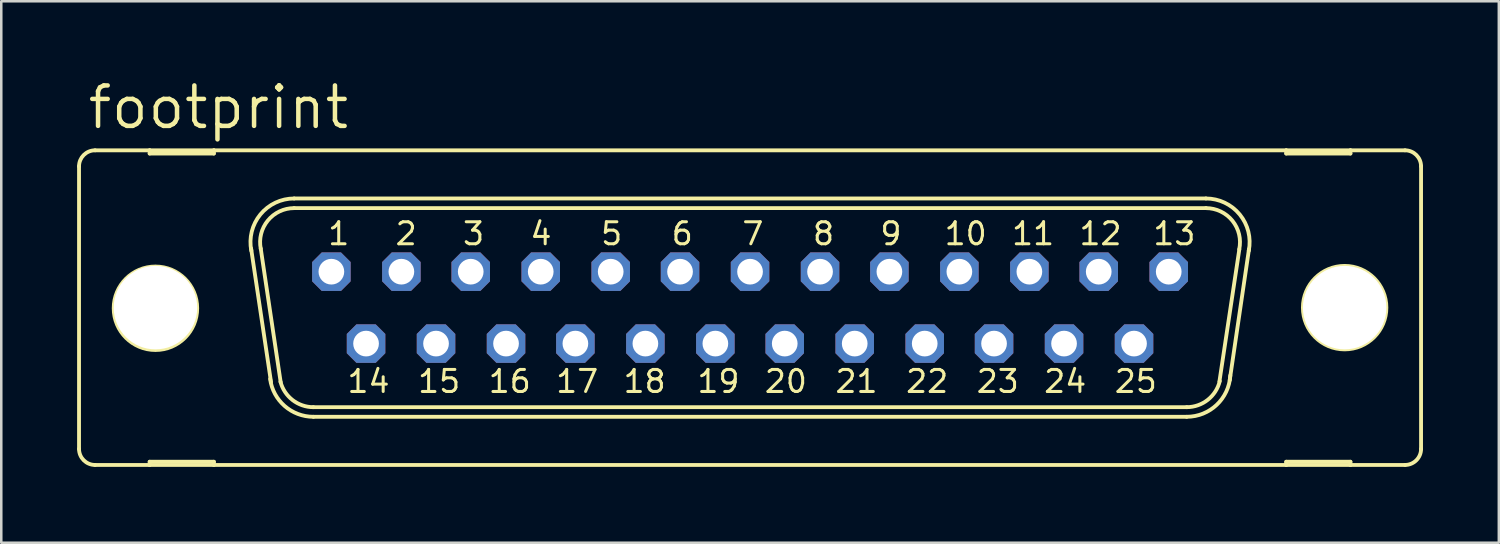
<source format=kicad_pcb>
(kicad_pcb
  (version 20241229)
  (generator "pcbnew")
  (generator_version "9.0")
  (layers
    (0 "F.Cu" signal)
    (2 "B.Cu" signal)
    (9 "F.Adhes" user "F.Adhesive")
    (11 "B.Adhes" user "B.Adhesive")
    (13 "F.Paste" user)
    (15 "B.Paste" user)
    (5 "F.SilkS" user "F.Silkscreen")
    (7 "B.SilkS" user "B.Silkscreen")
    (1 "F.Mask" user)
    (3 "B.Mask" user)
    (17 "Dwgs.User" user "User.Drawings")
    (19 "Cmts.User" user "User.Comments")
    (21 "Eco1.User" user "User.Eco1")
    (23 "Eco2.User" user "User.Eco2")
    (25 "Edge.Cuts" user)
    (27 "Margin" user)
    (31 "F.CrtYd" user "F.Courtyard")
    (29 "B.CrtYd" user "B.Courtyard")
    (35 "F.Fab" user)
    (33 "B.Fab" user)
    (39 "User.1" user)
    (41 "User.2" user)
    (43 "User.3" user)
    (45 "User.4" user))
  (footprint "footprint"
    (layer "F.Cu")
    (at 26.619 9.119)
    (property "Reference" "footprint" (at -26.289 -6.985 0) (layer "F.SilkS") (effects (font (size 1.6 1.6) (thickness 0.178)) (justify left bottom)))
    (fp_line (start -26.543 -5.588) (end -26.543 5.588) (stroke (width 0.152) (type solid)) (layer "F.SilkS"))
    (fp_line (start -25.908 6.223) (end -23.749 6.223) (stroke (width 0.152) (type solid)) (layer "F.SilkS"))
    (fp_line (start -23.749 -6.223) (end -25.908 -6.223) (stroke (width 0.152) (type solid)) (layer "F.SilkS"))
    (fp_line (start -23.749 -6.223) (end -23.749 -6.096) (stroke (width 0.152) (type solid)) (layer "F.SilkS"))
    (fp_line (start -23.749 -6.096) (end -21.209 -6.096) (stroke (width 0.152) (type solid)) (layer "F.SilkS"))
    (fp_line (start -23.749 6.096) (end -21.209 6.096) (stroke (width 0.152) (type solid)) (layer "F.SilkS"))
    (fp_line (start -23.749 6.223) (end -23.749 6.096) (stroke (width 0.152) (type solid)) (layer "F.SilkS"))
    (fp_line (start -23.749 6.223) (end -21.209 6.223) (stroke (width 0.152) (type solid)) (layer "F.SilkS"))
    (fp_line (start -21.209 -6.223) (end -23.749 -6.223) (stroke (width 0.152) (type solid)) (layer "F.SilkS"))
    (fp_line (start -21.209 -6.096) (end -21.209 -6.223) (stroke (width 0.152) (type solid)) (layer "F.SilkS"))
    (fp_line (start -21.209 6.096) (end -21.209 6.223) (stroke (width 0.152) (type solid)) (layer "F.SilkS"))
    (fp_line (start -21.209 6.223) (end 21.209 6.223) (stroke (width 0.152) (type solid)) (layer "F.SilkS"))
    (fp_line (start -18.948 2.946) (end -19.736 -2.337) (stroke (width 0.152) (type solid)) (layer "F.SilkS"))
    (fp_line (start -18.567 2.946) (end -19.355 -2.337) (stroke (width 0.152) (type solid)) (layer "F.SilkS"))
    (fp_line (start -18.034 -4.318) (end 18.034 -4.318) (stroke (width 0.152) (type solid)) (layer "F.SilkS"))
    (fp_line (start -18.034 -3.937) (end 18.034 -3.937) (stroke (width 0.152) (type solid)) (layer "F.SilkS"))
    (fp_line (start -17.272 3.937) (end 17.272 3.937) (stroke (width 0.152) (type solid)) (layer "F.SilkS"))
    (fp_line (start -17.272 4.318) (end 17.272 4.318) (stroke (width 0.152) (type solid)) (layer "F.SilkS"))
    (fp_line (start 19.355 -2.311) (end 18.567 2.921) (stroke (width 0.152) (type solid)) (layer "F.SilkS"))
    (fp_line (start 19.736 -2.311) (end 18.974 2.87) (stroke (width 0.152) (type solid)) (layer "F.SilkS"))
    (fp_line (start 21.209 -6.223) (end -21.209 -6.223) (stroke (width 0.152) (type solid)) (layer "F.SilkS"))
    (fp_line (start 21.209 -6.223) (end 21.209 -6.096) (stroke (width 0.152) (type solid)) (layer "F.SilkS"))
    (fp_line (start 21.209 -6.096) (end 23.749 -6.096) (stroke (width 0.152) (type solid)) (layer "F.SilkS"))
    (fp_line (start 21.209 6.096) (end 23.749 6.096) (stroke (width 0.152) (type solid)) (layer "F.SilkS"))
    (fp_line (start 21.209 6.223) (end 21.209 6.096) (stroke (width 0.152) (type solid)) (layer "F.SilkS"))
    (fp_line (start 21.209 6.223) (end 23.749 6.223) (stroke (width 0.152) (type solid)) (layer "F.SilkS"))
    (fp_line (start 23.749 -6.223) (end 21.209 -6.223) (stroke (width 0.152) (type solid)) (layer "F.SilkS"))
    (fp_line (start 23.749 -6.096) (end 23.749 -6.223) (stroke (width 0.152) (type solid)) (layer "F.SilkS"))
    (fp_line (start 23.749 6.096) (end 23.749 6.223) (stroke (width 0.152) (type solid)) (layer "F.SilkS"))
    (fp_line (start 23.749 6.223) (end 25.908 6.223) (stroke (width 0.152) (type solid)) (layer "F.SilkS"))
    (fp_line (start 25.908 -6.223) (end 23.749 -6.223) (stroke (width 0.152) (type solid)) (layer "F.SilkS"))
    (fp_line (start 26.543 -5.588) (end 26.543 5.588) (stroke (width 0.152) (type solid)) (layer "F.SilkS"))
    (fp_arc (start -26.543 -5.588) (mid -26.357013 -6.037013) (end -25.908 -6.223) (stroke (width 0.1524) (type solid)) (layer "F.SilkS"))
    (fp_arc (start -25.908 6.223) (mid -26.357013 6.037013) (end -26.543 5.588) (stroke (width 0.1524) (type solid)) (layer "F.SilkS"))
    (fp_arc (start -19.7277 -2.2521) (mid -19.369716 -3.685842) (end -18.033998 -4.318) (stroke (width 0.1524) (type solid)) (layer "F.SilkS"))
    (fp_arc (start -19.3541 -2.3268) (mid -19.075082 -3.444284) (end -18.034 -3.937) (stroke (width 0.1524) (type solid)) (layer "F.SilkS"))
    (fp_arc (start -17.272 3.937) (mid -18.0955 3.655745) (end -18.5749 2.9295) (stroke (width 0.1524) (type solid)) (layer "F.SilkS"))
    (fp_arc (start -17.271999 4.318001) (mid -18.409711 3.890313) (end -18.984 2.8191) (stroke (width 0.1524) (type solid)) (layer "F.SilkS"))
    (fp_arc (start 18.034 -4.318) (mid 19.369813 -3.685866) (end 19.727999 -2.252098) (stroke (width 0.1524) (type solid)) (layer "F.SilkS"))
    (fp_arc (start 18.034 -3.937) (mid 19.082557 -3.435183) (end 19.349499 -2.303798) (stroke (width 0.1524) (type solid)) (layer "F.SilkS"))
    (fp_arc (start 18.580701 2.904999) (mid 18.105257 3.647874) (end 17.272 3.937) (stroke (width 0.1524) (type solid)) (layer "F.SilkS"))
    (fp_arc (start 18.9963 2.6849) (mid 18.459366 3.844828) (end 17.272 4.318) (stroke (width 0.1524) (type solid)) (layer "F.SilkS"))
    (fp_arc (start 25.908 -6.223) (mid 26.357013 -6.037013) (end 26.543 -5.588) (stroke (width 0.1524) (type solid)) (layer "F.SilkS"))
    (fp_arc (start 26.543 5.588) (mid 26.357013 6.037013) (end 25.908 6.223) (stroke (width 0.1524) (type solid)) (layer "F.SilkS"))
    (fp_circle (center -23.52 0.025) (end -21.869 0.025) (stroke (width 0.152) (type solid)) (fill no) (layer "F.SilkS"))
    (fp_circle (center 23.52 0) (end 25.171 0) (stroke (width 0.152) (type solid)) (fill no) (layer "F.SilkS"))
    (fp_circle (center -16.561 -1.422) (end -16.307 -1.422) (stroke (width 0.406) (type solid)) (fill no) (layer "F.Fab"))
    (fp_circle (center -15.189 1.422) (end -14.935 1.422) (stroke (width 0.406) (type solid)) (fill no) (layer "F.Fab"))
    (fp_circle (center -13.792 -1.422) (end -13.538 -1.422) (stroke (width 0.406) (type solid)) (fill no) (layer "F.Fab"))
    (fp_circle (center -12.421 1.422) (end -12.167 1.422) (stroke (width 0.406) (type solid)) (fill no) (layer "F.Fab"))
    (fp_circle (center -11.049 -1.422) (end -10.795 -1.422) (stroke (width 0.406) (type solid)) (fill no) (layer "F.Fab"))
    (fp_circle (center -9.652 1.422) (end -9.398 1.422) (stroke (width 0.406) (type solid)) (fill no) (layer "F.Fab"))
    (fp_circle (center -8.28 -1.422) (end -8.026 -1.422) (stroke (width 0.406) (type solid)) (fill no) (layer "F.Fab"))
    (fp_circle (center -6.909 1.422) (end -6.655 1.422) (stroke (width 0.406) (type solid)) (fill no) (layer "F.Fab"))
    (fp_circle (center -5.512 -1.422) (end -5.258 -1.422) (stroke (width 0.406) (type solid)) (fill no) (layer "F.Fab"))
    (fp_circle (center -4.14 1.422) (end -3.886 1.422) (stroke (width 0.406) (type solid)) (fill no) (layer "F.Fab"))
    (fp_circle (center -2.769 -1.422) (end -2.515 -1.422) (stroke (width 0.406) (type solid)) (fill no) (layer "F.Fab"))
    (fp_circle (center -1.372 1.422) (end -1.118 1.422) (stroke (width 0.406) (type solid)) (fill no) (layer "F.Fab"))
    (fp_circle (center 0 -1.422) (end 0.254 -1.422) (stroke (width 0.406) (type solid)) (fill no) (layer "F.Fab"))
    (fp_circle (center 1.372 1.422) (end 1.626 1.422) (stroke (width 0.406) (type solid)) (fill no) (layer "F.Fab"))
    (fp_circle (center 2.769 -1.422) (end 3.023 -1.422) (stroke (width 0.406) (type solid)) (fill no) (layer "F.Fab"))
    (fp_circle (center 4.14 1.422) (end 4.394 1.422) (stroke (width 0.406) (type solid)) (fill no) (layer "F.Fab"))
    (fp_circle (center 5.512 -1.422) (end 5.766 -1.422) (stroke (width 0.406) (type solid)) (fill no) (layer "F.Fab"))
    (fp_circle (center 6.909 1.422) (end 7.163 1.422) (stroke (width 0.406) (type solid)) (fill no) (layer "F.Fab"))
    (fp_circle (center 8.28 -1.422) (end 8.534 -1.422) (stroke (width 0.406) (type solid)) (fill no) (layer "F.Fab"))
    (fp_circle (center 9.652 1.422) (end 9.906 1.422) (stroke (width 0.406) (type solid)) (fill no) (layer "F.Fab"))
    (fp_circle (center 11.049 -1.422) (end 11.303 -1.422) (stroke (width 0.406) (type solid)) (fill no) (layer "F.Fab"))
    (fp_circle (center 12.421 1.422) (end 12.675 1.422) (stroke (width 0.406) (type solid)) (fill no) (layer "F.Fab"))
    (fp_circle (center 13.792 -1.422) (end 14.046 -1.422) (stroke (width 0.406) (type solid)) (fill no) (layer "F.Fab"))
    (fp_circle (center 15.189 1.422) (end 15.443 1.422) (stroke (width 0.406) (type solid)) (fill no) (layer "F.Fab"))
    (fp_circle (center 16.561 -1.422) (end 16.815 -1.422) (stroke (width 0.406) (type solid)) (fill no) (layer "F.Fab"))
    (fp_text user "8" (at 2.413 -2.413 0) (layer "F.SilkS") (effects (font (size 0.872 0.872) (thickness 0.119)) (justify left bottom)))
    (fp_text user "24" (at 11.557 3.429 0) (layer "F.SilkS") (effects (font (size 0.872 0.872) (thickness 0.119)) (justify left bottom)))
    (fp_text user "19" (at -2.159 3.429 0) (layer "F.SilkS") (effects (font (size 0.872 0.872) (thickness 0.119)) (justify left bottom)))
    (fp_text user "17" (at -7.747 3.429 0) (layer "F.SilkS") (effects (font (size 0.872 0.872) (thickness 0.119)) (justify left bottom)))
    (fp_text user "1" (at -16.764 -2.413 0) (layer "F.SilkS") (effects (font (size 0.872 0.872) (thickness 0.119)) (justify left bottom)))
    (fp_text user "13" (at 15.875 -2.413 0) (layer "F.SilkS") (effects (font (size 0.872 0.872) (thickness 0.119)) (justify left bottom)))
    (fp_text user "7" (at -0.381 -2.413 0) (layer "F.SilkS") (effects (font (size 0.872 0.872) (thickness 0.119)) (justify left bottom)))
    (fp_text user "4" (at -8.763 -2.413 0) (layer "F.SilkS") (effects (font (size 0.872 0.872) (thickness 0.119)) (justify left bottom)))
    (fp_text user "2" (at -14.097 -2.413 0) (layer "F.SilkS") (effects (font (size 0.872 0.872) (thickness 0.119)) (justify left bottom)))
    (fp_text user "21" (at 3.302 3.429 0) (layer "F.SilkS") (effects (font (size 0.872 0.872) (thickness 0.119)) (justify left bottom)))
    (fp_text user "25" (at 14.351 3.429 0) (layer "F.SilkS") (effects (font (size 0.872 0.872) (thickness 0.119)) (justify left bottom)))
    (fp_text user "12" (at 12.954 -2.413 0) (layer "F.SilkS") (effects (font (size 0.872 0.872) (thickness 0.119)) (justify left bottom)))
    (fp_text user "10" (at 7.62 -2.413 0) (layer "F.SilkS") (effects (font (size 0.872 0.872) (thickness 0.119)) (justify left bottom)))
    (fp_text user "14" (at -16.002 3.429 0) (layer "F.SilkS") (effects (font (size 0.872 0.872) (thickness 0.119)) (justify left bottom)))
    (fp_text user "15" (at -13.208 3.429 0) (layer "F.SilkS") (effects (font (size 0.872 0.872) (thickness 0.119)) (justify left bottom)))
    (fp_text user "11" (at 10.287 -2.413 0) (layer "F.SilkS") (effects (font (size 0.872 0.872) (thickness 0.119)) (justify left bottom)))
    (fp_text user "6" (at -3.175 -2.413 0) (layer "F.SilkS") (effects (font (size 0.872 0.872) (thickness 0.119)) (justify left bottom)))
    (fp_text user "20" (at 0.508 3.429 0) (layer "F.SilkS") (effects (font (size 0.872 0.872) (thickness 0.119)) (justify left bottom)))
    (fp_text user "5" (at -5.969 -2.413 0) (layer "F.SilkS") (effects (font (size 0.872 0.872) (thickness 0.119)) (justify left bottom)))
    (fp_text user "23" (at 8.89 3.429 0) (layer "F.SilkS") (effects (font (size 0.872 0.872) (thickness 0.119)) (justify left bottom)))
    (fp_text user "3" (at -11.43 -2.413 0) (layer "F.SilkS") (effects (font (size 0.872 0.872) (thickness 0.119)) (justify left bottom)))
    (fp_text user "16" (at -10.414 3.429 0) (layer "F.SilkS") (effects (font (size 0.872 0.872) (thickness 0.119)) (justify left bottom)))
    (fp_text user "9" (at 5.08 -2.413 0) (layer "F.SilkS") (effects (font (size 0.872 0.872) (thickness 0.119)) (justify left bottom)))
    (fp_text user "18" (at -5.08 3.429 0) (layer "F.SilkS") (effects (font (size 0.872 0.872) (thickness 0.119)) (justify left bottom)))
    (fp_text user "22" (at 6.096 3.429 0) (layer "F.SilkS") (effects (font (size 0.872 0.872) (thickness 0.119)) (justify left bottom)))
    (pad "" np_thru_hole circle (at -23.52 0) (size 3.302 3.302) (drill 3.302) (layers "*.Cu" "*.Mask"))
    (pad "" np_thru_hole circle (at 23.52 0) (size 3.302 3.302) (drill 3.302) (layers "*.Cu" "*.Mask"))
    (pad "1" thru_hole roundrect (at -16.561 -1.422) (size 1.524 1.524) (drill 1.016) (layers "*.Cu" "*.Mask") (roundrect_rratio 0.25) (chamfer_ratio 0.25) (chamfer top_left top_right bottom_left bottom_right))
    (pad "2" thru_hole roundrect (at -13.792 -1.422) (size 1.524 1.524) (drill 1.016) (layers "*.Cu" "*.Mask") (roundrect_rratio 0.25) (chamfer_ratio 0.25) (chamfer top_left top_right bottom_left bottom_right))
    (pad "3" thru_hole roundrect (at -11.049 -1.422) (size 1.524 1.524) (drill 1.016) (layers "*.Cu" "*.Mask") (roundrect_rratio 0.25) (chamfer_ratio 0.25) (chamfer top_left top_right bottom_left bottom_right))
    (pad "4" thru_hole roundrect (at -8.28 -1.422) (size 1.524 1.524) (drill 1.016) (layers "*.Cu" "*.Mask") (roundrect_rratio 0.25) (chamfer_ratio 0.25) (chamfer top_left top_right bottom_left bottom_right))
    (pad "5" thru_hole roundrect (at -5.512 -1.422) (size 1.524 1.524) (drill 1.016) (layers "*.Cu" "*.Mask") (roundrect_rratio 0.25) (chamfer_ratio 0.25) (chamfer top_left top_right bottom_left bottom_right))
    (pad "6" thru_hole roundrect (at -2.769 -1.422) (size 1.524 1.524) (drill 1.016) (layers "*.Cu" "*.Mask") (roundrect_rratio 0.25) (chamfer_ratio 0.25) (chamfer top_left top_right bottom_left bottom_right))
    (pad "7" thru_hole roundrect (at 0 -1.422) (size 1.524 1.524) (drill 1.016) (layers "*.Cu" "*.Mask") (roundrect_rratio 0.25) (chamfer_ratio 0.25) (chamfer top_left top_right bottom_left bottom_right))
    (pad "8" thru_hole roundrect (at 2.769 -1.422) (size 1.524 1.524) (drill 1.016) (layers "*.Cu" "*.Mask") (roundrect_rratio 0.25) (chamfer_ratio 0.25) (chamfer top_left top_right bottom_left bottom_right))
    (pad "9" thru_hole roundrect (at 5.512 -1.422) (size 1.524 1.524) (drill 1.016) (layers "*.Cu" "*.Mask") (roundrect_rratio 0.25) (chamfer_ratio 0.25) (chamfer top_left top_right bottom_left bottom_right))
    (pad "10" thru_hole roundrect (at 8.28 -1.422) (size 1.524 1.524) (drill 1.016) (layers "*.Cu" "*.Mask") (roundrect_rratio 0.25) (chamfer_ratio 0.25) (chamfer top_left top_right bottom_left bottom_right))
    (pad "11" thru_hole roundrect (at 11.049 -1.422) (size 1.524 1.524) (drill 1.016) (layers "*.Cu" "*.Mask") (roundrect_rratio 0.25) (chamfer_ratio 0.25) (chamfer top_left top_right bottom_left bottom_right))
    (pad "12" thru_hole roundrect (at 13.792 -1.422) (size 1.524 1.524) (drill 1.016) (layers "*.Cu" "*.Mask") (roundrect_rratio 0.25) (chamfer_ratio 0.25) (chamfer top_left top_right bottom_left bottom_right))
    (pad "13" thru_hole roundrect (at 16.561 -1.422) (size 1.524 1.524) (drill 1.016) (layers "*.Cu" "*.Mask") (roundrect_rratio 0.25) (chamfer_ratio 0.25) (chamfer top_left top_right bottom_left bottom_right))
    (pad "14" thru_hole roundrect (at -15.189 1.422) (size 1.524 1.524) (drill 1.016) (layers "*.Cu" "*.Mask") (roundrect_rratio 0.25) (chamfer_ratio 0.25) (chamfer top_left top_right bottom_left bottom_right))
    (pad "15" thru_hole roundrect (at -12.421 1.422) (size 1.524 1.524) (drill 1.016) (layers "*.Cu" "*.Mask") (roundrect_rratio 0.25) (chamfer_ratio 0.25) (chamfer top_left top_right bottom_left bottom_right))
    (pad "16" thru_hole roundrect (at -9.652 1.422) (size 1.524 1.524) (drill 1.016) (layers "*.Cu" "*.Mask") (roundrect_rratio 0.25) (chamfer_ratio 0.25) (chamfer top_left top_right bottom_left bottom_right))
    (pad "17" thru_hole roundrect (at -6.909 1.422) (size 1.524 1.524) (drill 1.016) (layers "*.Cu" "*.Mask") (roundrect_rratio 0.25) (chamfer_ratio 0.25) (chamfer top_left top_right bottom_left bottom_right))
    (pad "18" thru_hole roundrect (at -4.14 1.422) (size 1.524 1.524) (drill 1.016) (layers "*.Cu" "*.Mask") (roundrect_rratio 0.25) (chamfer_ratio 0.25) (chamfer top_left top_right bottom_left bottom_right))
    (pad "19" thru_hole roundrect (at -1.372 1.422) (size 1.524 1.524) (drill 1.016) (layers "*.Cu" "*.Mask") (roundrect_rratio 0.25) (chamfer_ratio 0.25) (chamfer top_left top_right bottom_left bottom_right))
    (pad "20" thru_hole roundrect (at 1.372 1.422) (size 1.524 1.524) (drill 1.016) (layers "*.Cu" "*.Mask") (roundrect_rratio 0.25) (chamfer_ratio 0.25) (chamfer top_left top_right bottom_left bottom_right))
    (pad "21" thru_hole roundrect (at 4.14 1.422) (size 1.524 1.524) (drill 1.016) (layers "*.Cu" "*.Mask") (roundrect_rratio 0.25) (chamfer_ratio 0.25) (chamfer top_left top_right bottom_left bottom_right))
    (pad "22" thru_hole roundrect (at 6.909 1.422) (size 1.524 1.524) (drill 1.016) (layers "*.Cu" "*.Mask") (roundrect_rratio 0.25) (chamfer_ratio 0.25) (chamfer top_left top_right bottom_left bottom_right))
    (pad "23" thru_hole roundrect (at 9.652 1.422) (size 1.524 1.524) (drill 1.016) (layers "*.Cu" "*.Mask") (roundrect_rratio 0.25) (chamfer_ratio 0.25) (chamfer top_left top_right bottom_left bottom_right))
    (pad "24" thru_hole roundrect (at 12.421 1.422) (size 1.524 1.524) (drill 1.016) (layers "*.Cu" "*.Mask") (roundrect_rratio 0.25) (chamfer_ratio 0.25) (chamfer top_left top_right bottom_left bottom_right))
    (pad "25" thru_hole roundrect (at 15.189 1.422) (size 1.524 1.524) (drill 1.016) (layers "*.Cu" "*.Mask") (roundrect_rratio 0.25) (chamfer_ratio 0.25) (chamfer top_left top_right bottom_left bottom_right))
    (zone (net_name "") (layers "F.Cu" "B.Cu") (hatch edge 0.508) (connect_pads) (min_thickness 0.254) (filled_areas_thickness no) (keepout (tracks allowed) (vias not_allowed) (pads allowed) (copperpour allowed) (footprints allowed)) (placement (enabled no)) (fill) (polygon (pts (xy 5.766 9.119) (xy 5.725 8.655) (xy 5.605 8.206) (xy 5.408 7.785) (xy 5.142 7.404) (xy 4.813 7.076) (xy 4.432 6.809) (xy 4.011 6.612) (xy 3.562 6.492) (xy 3.099 6.452) (xy 2.636 6.492) (xy 2.187 6.612) (xy 1.765 6.809) (xy 1.384 7.076) (xy 1.056 7.404) (xy 0.789 7.785) (xy 0.593 8.206) (xy 0.472 8.655) (xy 0.432 9.119) (xy 0.472 9.582) (xy 0.593 10.031) (xy 0.789 10.452) (xy 1.056 10.833) (xy 1.384 11.162) (xy 1.765 11.428) (xy 2.187 11.625) (xy 2.636 11.745) (xy 3.099 11.786) (xy 3.562 11.745) (xy 4.011 11.625) (xy 4.432 11.428) (xy 4.813 11.162) (xy 5.142 10.833) (xy 5.408 10.452) (xy 5.605 10.031) (xy 5.725 9.582))))
    (zone (net_name "") (layers "F.Cu" "B.Cu") (hatch edge 0.508) (connect_pads) (min_thickness 0.254) (filled_areas_thickness no) (keepout (tracks allowed) (vias not_allowed) (pads allowed) (copperpour allowed) (footprints allowed)) (placement (enabled no)) (fill) (polygon (pts (xy 52.807 9.119) (xy 52.766 8.655) (xy 52.646 8.206) (xy 52.449 7.785) (xy 52.183 7.404) (xy 51.854 7.076) (xy 51.473 6.809) (xy 51.052 6.612) (xy 50.603 6.492) (xy 50.14 6.452) (xy 49.676 6.492) (xy 49.227 6.612) (xy 48.806 6.809) (xy 48.425 7.076) (xy 48.097 7.404) (xy 47.83 7.785) (xy 47.633 8.206) (xy 47.513 8.655) (xy 47.473 9.119) (xy 47.513 9.582) (xy 47.633 10.031) (xy 47.83 10.452) (xy 48.097 10.833) (xy 48.425 11.162) (xy 48.806 11.428) (xy 49.227 11.625) (xy 49.676 11.745) (xy 50.14 11.786) (xy 50.603 11.745) (xy 51.052 11.625) (xy 51.473 11.428) (xy 51.854 11.162) (xy 52.183 10.833) (xy 52.449 10.452) (xy 52.646 10.031) (xy 52.766 9.582))))
    (zone (net_name "") (layer "B.Cu") (hatch edge 0.508) (connect_pads) (min_thickness 0.254) (filled_areas_thickness no) (keepout (tracks not_allowed) (vias not_allowed) (pads not_allowed) (copperpour not_allowed) (footprints allowed)) (placement (enabled no)) (fill) (polygon (pts (xy 5.766 9.119) (xy 5.725 8.655) (xy 5.605 8.206) (xy 5.408 7.785) (xy 5.142 7.404) (xy 4.813 7.076) (xy 4.432 6.809) (xy 4.011 6.612) (xy 3.562 6.492) (xy 3.099 6.452) (xy 2.636 6.492) (xy 2.187 6.612) (xy 1.765 6.809) (xy 1.384 7.076) (xy 1.056 7.404) (xy 0.789 7.785) (xy 0.593 8.206) (xy 0.472 8.655) (xy 0.432 9.119) (xy 0.472 9.582) (xy 0.593 10.031) (xy 0.789 10.452) (xy 1.056 10.833) (xy 1.384 11.162) (xy 1.765 11.428) (xy 2.187 11.625) (xy 2.636 11.745) (xy 3.099 11.786) (xy 3.562 11.745) (xy 4.011 11.625) (xy 4.432 11.428) (xy 4.813 11.162) (xy 5.142 10.833) (xy 5.408 10.452) (xy 5.605 10.031) (xy 5.725 9.582))))
    (zone (net_name "") (layer "B.Cu") (hatch edge 0.508) (connect_pads) (min_thickness 0.254) (filled_areas_thickness no) (keepout (tracks not_allowed) (vias not_allowed) (pads not_allowed) (copperpour not_allowed) (footprints allowed)) (placement (enabled no)) (fill) (polygon (pts (xy 52.807 9.119) (xy 52.766 8.655) (xy 52.646 8.206) (xy 52.449 7.785) (xy 52.183 7.404) (xy 51.854 7.076) (xy 51.473 6.809) (xy 51.052 6.612) (xy 50.603 6.492) (xy 50.14 6.452) (xy 49.676 6.492) (xy 49.227 6.612) (xy 48.806 6.809) (xy 48.425 7.076) (xy 48.097 7.404) (xy 47.83 7.785) (xy 47.633 8.206) (xy 47.513 8.655) (xy 47.473 9.119) (xy 47.513 9.582) (xy 47.633 10.031) (xy 47.83 10.452) (xy 48.097 10.833) (xy 48.425 11.162) (xy 48.806 11.428) (xy 49.227 11.625) (xy 49.676 11.745) (xy 50.14 11.786) (xy 50.603 11.745) (xy 51.052 11.625) (xy 51.473 11.428) (xy 51.854 11.162) (xy 52.183 10.833) (xy 52.449 10.452) (xy 52.646 10.031) (xy 52.766 9.582)))))
  (gr_rect
    (start -3 -3)
    (end 56.238 18.418)
    (stroke (width 0.1) (type default))
    (fill no)
    (layer "Edge.Cuts")))
</source>
